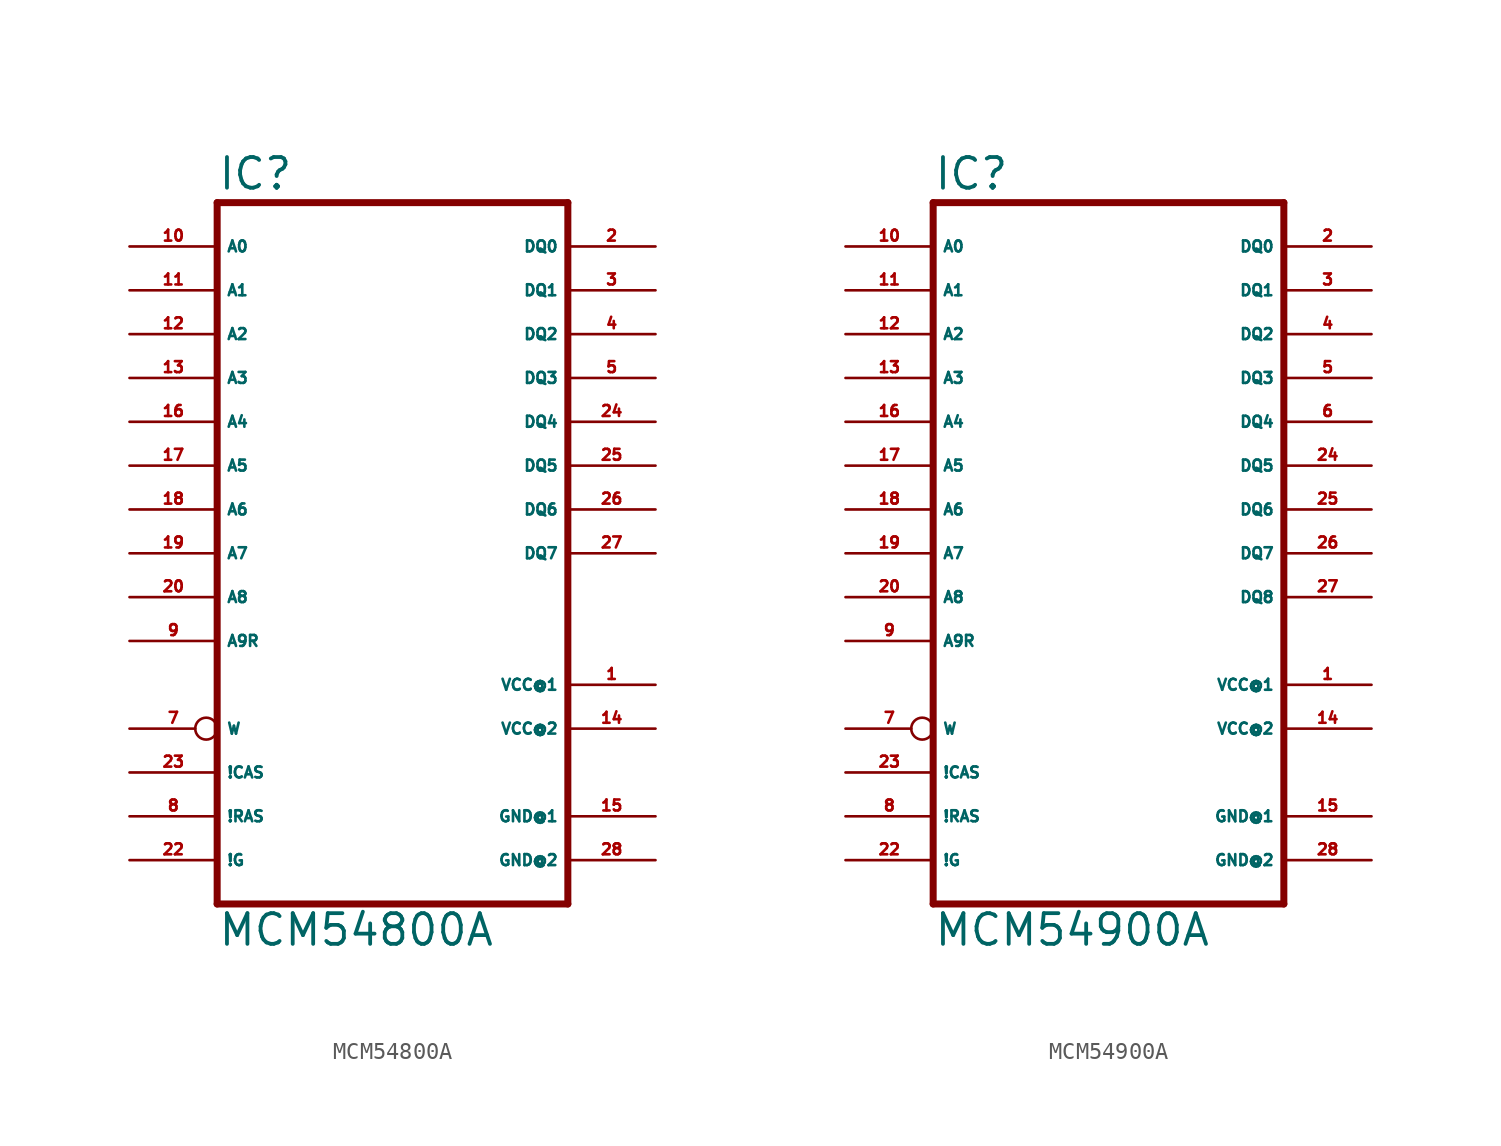
<source format=kicad_sym>
(kicad_symbol_lib
  (version 20220914)
  (generator Eagle2Kicad)
  (symbol "MCM54800A"
    (property "Reference" "IC"
      (at -10.16 20.955 0)
      (effects (font (size 1.778 1.778) (thickness 0.22)) (justify left bottom)))
    (property "Value" "MCM54800A"
      (at -10.16 -22.86 0)
      (effects (font (size 1.778 1.778) (thickness 0.22)) (justify left bottom)))
    (polyline
      (pts (xy -10.16 20.32) (xy -10.16 -20.32))
      (stroke (width 0.406) (type default))
      (fill (type none)))
    (polyline
      (pts (xy 10.16 -20.32) (xy -10.16 -20.32))
      (stroke (width 0.406) (type default))
      (fill (type none)))
    (polyline
      (pts (xy 10.16 -20.32) (xy 10.16 20.32))
      (stroke (width 0.406) (type default))
      (fill (type none)))
    (polyline
      (pts (xy -10.16 20.32) (xy 10.16 20.32))
      (stroke (width 0.406) (type default))
      (fill (type none)))
    (pin input line
      (at -15.24 17.78 0)
      (length 5.08)
      (name "A0" (effects (font (size 0.635 0.635) (thickness 0.08)) (justify left bottom)))
      (number "10" (effects (font (size 0.635 0.635) (thickness 0.08)) (justify left bottom))))
    (pin input line
      (at -15.24 15.24 0)
      (length 5.08)
      (name "A1" (effects (font (size 0.635 0.635) (thickness 0.08)) (justify left bottom)))
      (number "11" (effects (font (size 0.635 0.635) (thickness 0.08)) (justify left bottom))))
    (pin input line
      (at -15.24 12.7 0)
      (length 5.08)
      (name "A2" (effects (font (size 0.635 0.635) (thickness 0.08)) (justify left bottom)))
      (number "12" (effects (font (size 0.635 0.635) (thickness 0.08)) (justify left bottom))))
    (pin input line
      (at -15.24 10.16 0)
      (length 5.08)
      (name "A3" (effects (font (size 0.635 0.635) (thickness 0.08)) (justify left bottom)))
      (number "13" (effects (font (size 0.635 0.635) (thickness 0.08)) (justify left bottom))))
    (pin input line
      (at -15.24 7.62 0)
      (length 5.08)
      (name "A4" (effects (font (size 0.635 0.635) (thickness 0.08)) (justify left bottom)))
      (number "16" (effects (font (size 0.635 0.635) (thickness 0.08)) (justify left bottom))))
    (pin input line
      (at -15.24 5.08 0)
      (length 5.08)
      (name "A5" (effects (font (size 0.635 0.635) (thickness 0.08)) (justify left bottom)))
      (number "17" (effects (font (size 0.635 0.635) (thickness 0.08)) (justify left bottom))))
    (pin input line
      (at -15.24 2.54 0)
      (length 5.08)
      (name "A6" (effects (font (size 0.635 0.635) (thickness 0.08)) (justify left bottom)))
      (number "18" (effects (font (size 0.635 0.635) (thickness 0.08)) (justify left bottom))))
    (pin input line
      (at -15.24 0 0)
      (length 5.08)
      (name "A7" (effects (font (size 0.635 0.635) (thickness 0.08)) (justify left bottom)))
      (number "19" (effects (font (size 0.635 0.635) (thickness 0.08)) (justify left bottom))))
    (pin input line
      (at -15.24 -2.54 0)
      (length 5.08)
      (name "A8" (effects (font (size 0.635 0.635) (thickness 0.08)) (justify left bottom)))
      (number "20" (effects (font (size 0.635 0.635) (thickness 0.08)) (justify left bottom))))
    (pin input line
      (at -15.24 -5.08 0)
      (length 5.08)
      (name "A9R" (effects (font (size 0.635 0.635) (thickness 0.08)) (justify left bottom)))
      (number "9" (effects (font (size 0.635 0.635) (thickness 0.08)) (justify left bottom))))
    (pin bidirectional line
      (at 15.24 15.24 180)
      (length 5.08)
      (name "DQ1" (effects (font (size 0.635 0.635) (thickness 0.08)) (justify left bottom)))
      (number "3" (effects (font (size 0.635 0.635) (thickness 0.08)) (justify left bottom))))
    (pin input inverted
      (at -15.24 -10.16 0)
      (length 5.08)
      (name "W" (effects (font (size 0.635 0.635) (thickness 0.08)) (justify left bottom)))
      (number "7" (effects (font (size 0.635 0.635) (thickness 0.08)) (justify left bottom))))
    (pin input line
      (at -15.24 -12.7 0)
      (length 5.08)
      (name "!CAS" (effects (font (size 0.635 0.635) (thickness 0.08)) (justify left bottom)))
      (number "23" (effects (font (size 0.635 0.635) (thickness 0.08)) (justify left bottom))))
    (pin input line
      (at -15.24 -15.24 0)
      (length 5.08)
      (name "!RAS" (effects (font (size 0.635 0.635) (thickness 0.08)) (justify left bottom)))
      (number "8" (effects (font (size 0.635 0.635) (thickness 0.08)) (justify left bottom))))
    (pin bidirectional line
      (at 15.24 17.78 180)
      (length 5.08)
      (name "DQ0" (effects (font (size 0.635 0.635) (thickness 0.08)) (justify left bottom)))
      (number "2" (effects (font (size 0.635 0.635) (thickness 0.08)) (justify left bottom))))
    (pin input line
      (at -15.24 -17.78 0)
      (length 5.08)
      (name "!G" (effects (font (size 0.635 0.635) (thickness 0.08)) (justify left bottom)))
      (number "22" (effects (font (size 0.635 0.635) (thickness 0.08)) (justify left bottom))))
    (pin bidirectional line
      (at 15.24 12.7 180)
      (length 5.08)
      (name "DQ2" (effects (font (size 0.635 0.635) (thickness 0.08)) (justify left bottom)))
      (number "4" (effects (font (size 0.635 0.635) (thickness 0.08)) (justify left bottom))))
    (pin bidirectional line
      (at 15.24 10.16 180)
      (length 5.08)
      (name "DQ3" (effects (font (size 0.635 0.635) (thickness 0.08)) (justify left bottom)))
      (number "5" (effects (font (size 0.635 0.635) (thickness 0.08)) (justify left bottom))))
    (pin bidirectional line
      (at 15.24 7.62 180)
      (length 5.08)
      (name "DQ4" (effects (font (size 0.635 0.635) (thickness 0.08)) (justify left bottom)))
      (number "24" (effects (font (size 0.635 0.635) (thickness 0.08)) (justify left bottom))))
    (pin bidirectional line
      (at 15.24 5.08 180)
      (length 5.08)
      (name "DQ5" (effects (font (size 0.635 0.635) (thickness 0.08)) (justify left bottom)))
      (number "25" (effects (font (size 0.635 0.635) (thickness 0.08)) (justify left bottom))))
    (pin bidirectional line
      (at 15.24 2.54 180)
      (length 5.08)
      (name "DQ6" (effects (font (size 0.635 0.635) (thickness 0.08)) (justify left bottom)))
      (number "26" (effects (font (size 0.635 0.635) (thickness 0.08)) (justify left bottom))))
    (pin bidirectional line
      (at 15.24 0 180)
      (length 5.08)
      (name "DQ7" (effects (font (size 0.635 0.635) (thickness 0.08)) (justify left bottom)))
      (number "27" (effects (font (size 0.635 0.635) (thickness 0.08)) (justify left bottom))))
    (pin unspecified line
      (at 15.24 -7.62 180)
      (length 5.08)
      (name "VCC@1" (effects (font (size 0.635 0.635) (thickness 0.08)) (justify left bottom)))
      (number "1" (effects (font (size 0.635 0.635) (thickness 0.08)) (justify left bottom))))
    (pin unspecified line
      (at 15.24 -10.16 180)
      (length 5.08)
      (name "VCC@2" (effects (font (size 0.635 0.635) (thickness 0.08)) (justify left bottom)))
      (number "14" (effects (font (size 0.635 0.635) (thickness 0.08)) (justify left bottom))))
    (pin unspecified line
      (at 15.24 -15.24 180)
      (length 5.08)
      (name "GND@1" (effects (font (size 0.635 0.635) (thickness 0.08)) (justify left bottom)))
      (number "15" (effects (font (size 0.635 0.635) (thickness 0.08)) (justify left bottom))))
    (pin unspecified line
      (at 15.24 -17.78 180)
      (length 5.08)
      (name "GND@2" (effects (font (size 0.635 0.635) (thickness 0.08)) (justify left bottom)))
      (number "28" (effects (font (size 0.635 0.635) (thickness 0.08)) (justify left bottom)))))
  (symbol "MCM54900A"
    (property "Reference" "IC"
      (at -10.16 20.955 0)
      (effects (font (size 1.778 1.778) (thickness 0.22)) (justify left bottom)))
    (property "Value" "MCM54900A"
      (at -10.16 -22.86 0)
      (effects (font (size 1.778 1.778) (thickness 0.22)) (justify left bottom)))
    (polyline
      (pts (xy -10.16 20.32) (xy -10.16 -20.32))
      (stroke (width 0.406) (type default))
      (fill (type none)))
    (polyline
      (pts (xy 10.16 -20.32) (xy -10.16 -20.32))
      (stroke (width 0.406) (type default))
      (fill (type none)))
    (polyline
      (pts (xy 10.16 -20.32) (xy 10.16 20.32))
      (stroke (width 0.406) (type default))
      (fill (type none)))
    (polyline
      (pts (xy -10.16 20.32) (xy 10.16 20.32))
      (stroke (width 0.406) (type default))
      (fill (type none)))
    (pin input line
      (at -15.24 17.78 0)
      (length 5.08)
      (name "A0" (effects (font (size 0.635 0.635) (thickness 0.08)) (justify left bottom)))
      (number "10" (effects (font (size 0.635 0.635) (thickness 0.08)) (justify left bottom))))
    (pin input line
      (at -15.24 15.24 0)
      (length 5.08)
      (name "A1" (effects (font (size 0.635 0.635) (thickness 0.08)) (justify left bottom)))
      (number "11" (effects (font (size 0.635 0.635) (thickness 0.08)) (justify left bottom))))
    (pin input line
      (at -15.24 12.7 0)
      (length 5.08)
      (name "A2" (effects (font (size 0.635 0.635) (thickness 0.08)) (justify left bottom)))
      (number "12" (effects (font (size 0.635 0.635) (thickness 0.08)) (justify left bottom))))
    (pin input line
      (at -15.24 10.16 0)
      (length 5.08)
      (name "A3" (effects (font (size 0.635 0.635) (thickness 0.08)) (justify left bottom)))
      (number "13" (effects (font (size 0.635 0.635) (thickness 0.08)) (justify left bottom))))
    (pin input line
      (at -15.24 7.62 0)
      (length 5.08)
      (name "A4" (effects (font (size 0.635 0.635) (thickness 0.08)) (justify left bottom)))
      (number "16" (effects (font (size 0.635 0.635) (thickness 0.08)) (justify left bottom))))
    (pin input line
      (at -15.24 5.08 0)
      (length 5.08)
      (name "A5" (effects (font (size 0.635 0.635) (thickness 0.08)) (justify left bottom)))
      (number "17" (effects (font (size 0.635 0.635) (thickness 0.08)) (justify left bottom))))
    (pin input line
      (at -15.24 2.54 0)
      (length 5.08)
      (name "A6" (effects (font (size 0.635 0.635) (thickness 0.08)) (justify left bottom)))
      (number "18" (effects (font (size 0.635 0.635) (thickness 0.08)) (justify left bottom))))
    (pin input line
      (at -15.24 0 0)
      (length 5.08)
      (name "A7" (effects (font (size 0.635 0.635) (thickness 0.08)) (justify left bottom)))
      (number "19" (effects (font (size 0.635 0.635) (thickness 0.08)) (justify left bottom))))
    (pin input line
      (at -15.24 -2.54 0)
      (length 5.08)
      (name "A8" (effects (font (size 0.635 0.635) (thickness 0.08)) (justify left bottom)))
      (number "20" (effects (font (size 0.635 0.635) (thickness 0.08)) (justify left bottom))))
    (pin input line
      (at -15.24 -5.08 0)
      (length 5.08)
      (name "A9R" (effects (font (size 0.635 0.635) (thickness 0.08)) (justify left bottom)))
      (number "9" (effects (font (size 0.635 0.635) (thickness 0.08)) (justify left bottom))))
    (pin bidirectional line
      (at 15.24 15.24 180)
      (length 5.08)
      (name "DQ1" (effects (font (size 0.635 0.635) (thickness 0.08)) (justify left bottom)))
      (number "3" (effects (font (size 0.635 0.635) (thickness 0.08)) (justify left bottom))))
    (pin input inverted
      (at -15.24 -10.16 0)
      (length 5.08)
      (name "W" (effects (font (size 0.635 0.635) (thickness 0.08)) (justify left bottom)))
      (number "7" (effects (font (size 0.635 0.635) (thickness 0.08)) (justify left bottom))))
    (pin input line
      (at -15.24 -12.7 0)
      (length 5.08)
      (name "!CAS" (effects (font (size 0.635 0.635) (thickness 0.08)) (justify left bottom)))
      (number "23" (effects (font (size 0.635 0.635) (thickness 0.08)) (justify left bottom))))
    (pin input line
      (at -15.24 -15.24 0)
      (length 5.08)
      (name "!RAS" (effects (font (size 0.635 0.635) (thickness 0.08)) (justify left bottom)))
      (number "8" (effects (font (size 0.635 0.635) (thickness 0.08)) (justify left bottom))))
    (pin bidirectional line
      (at 15.24 17.78 180)
      (length 5.08)
      (name "DQ0" (effects (font (size 0.635 0.635) (thickness 0.08)) (justify left bottom)))
      (number "2" (effects (font (size 0.635 0.635) (thickness 0.08)) (justify left bottom))))
    (pin input line
      (at -15.24 -17.78 0)
      (length 5.08)
      (name "!G" (effects (font (size 0.635 0.635) (thickness 0.08)) (justify left bottom)))
      (number "22" (effects (font (size 0.635 0.635) (thickness 0.08)) (justify left bottom))))
    (pin bidirectional line
      (at 15.24 12.7 180)
      (length 5.08)
      (name "DQ2" (effects (font (size 0.635 0.635) (thickness 0.08)) (justify left bottom)))
      (number "4" (effects (font (size 0.635 0.635) (thickness 0.08)) (justify left bottom))))
    (pin bidirectional line
      (at 15.24 10.16 180)
      (length 5.08)
      (name "DQ3" (effects (font (size 0.635 0.635) (thickness 0.08)) (justify left bottom)))
      (number "5" (effects (font (size 0.635 0.635) (thickness 0.08)) (justify left bottom))))
    (pin bidirectional line
      (at 15.24 7.62 180)
      (length 5.08)
      (name "DQ4" (effects (font (size 0.635 0.635) (thickness 0.08)) (justify left bottom)))
      (number "6" (effects (font (size 0.635 0.635) (thickness 0.08)) (justify left bottom))))
    (pin bidirectional line
      (at 15.24 5.08 180)
      (length 5.08)
      (name "DQ5" (effects (font (size 0.635 0.635) (thickness 0.08)) (justify left bottom)))
      (number "24" (effects (font (size 0.635 0.635) (thickness 0.08)) (justify left bottom))))
    (pin bidirectional line
      (at 15.24 2.54 180)
      (length 5.08)
      (name "DQ6" (effects (font (size 0.635 0.635) (thickness 0.08)) (justify left bottom)))
      (number "25" (effects (font (size 0.635 0.635) (thickness 0.08)) (justify left bottom))))
    (pin bidirectional line
      (at 15.24 0 180)
      (length 5.08)
      (name "DQ7" (effects (font (size 0.635 0.635) (thickness 0.08)) (justify left bottom)))
      (number "26" (effects (font (size 0.635 0.635) (thickness 0.08)) (justify left bottom))))
    (pin unspecified line
      (at 15.24 -7.62 180)
      (length 5.08)
      (name "VCC@1" (effects (font (size 0.635 0.635) (thickness 0.08)) (justify left bottom)))
      (number "1" (effects (font (size 0.635 0.635) (thickness 0.08)) (justify left bottom))))
    (pin unspecified line
      (at 15.24 -10.16 180)
      (length 5.08)
      (name "VCC@2" (effects (font (size 0.635 0.635) (thickness 0.08)) (justify left bottom)))
      (number "14" (effects (font (size 0.635 0.635) (thickness 0.08)) (justify left bottom))))
    (pin unspecified line
      (at 15.24 -15.24 180)
      (length 5.08)
      (name "GND@1" (effects (font (size 0.635 0.635) (thickness 0.08)) (justify left bottom)))
      (number "15" (effects (font (size 0.635 0.635) (thickness 0.08)) (justify left bottom))))
    (pin unspecified line
      (at 15.24 -17.78 180)
      (length 5.08)
      (name "GND@2" (effects (font (size 0.635 0.635) (thickness 0.08)) (justify left bottom)))
      (number "28" (effects (font (size 0.635 0.635) (thickness 0.08)) (justify left bottom))))
    (pin bidirectional line
      (at 15.24 -2.54 180)
      (length 5.08)
      (name "DQ8" (effects (font (size 0.635 0.635) (thickness 0.08)) (justify left bottom)))
      (number "27" (effects (font (size 0.635 0.635) (thickness 0.08)) (justify left bottom))))))
</source>
